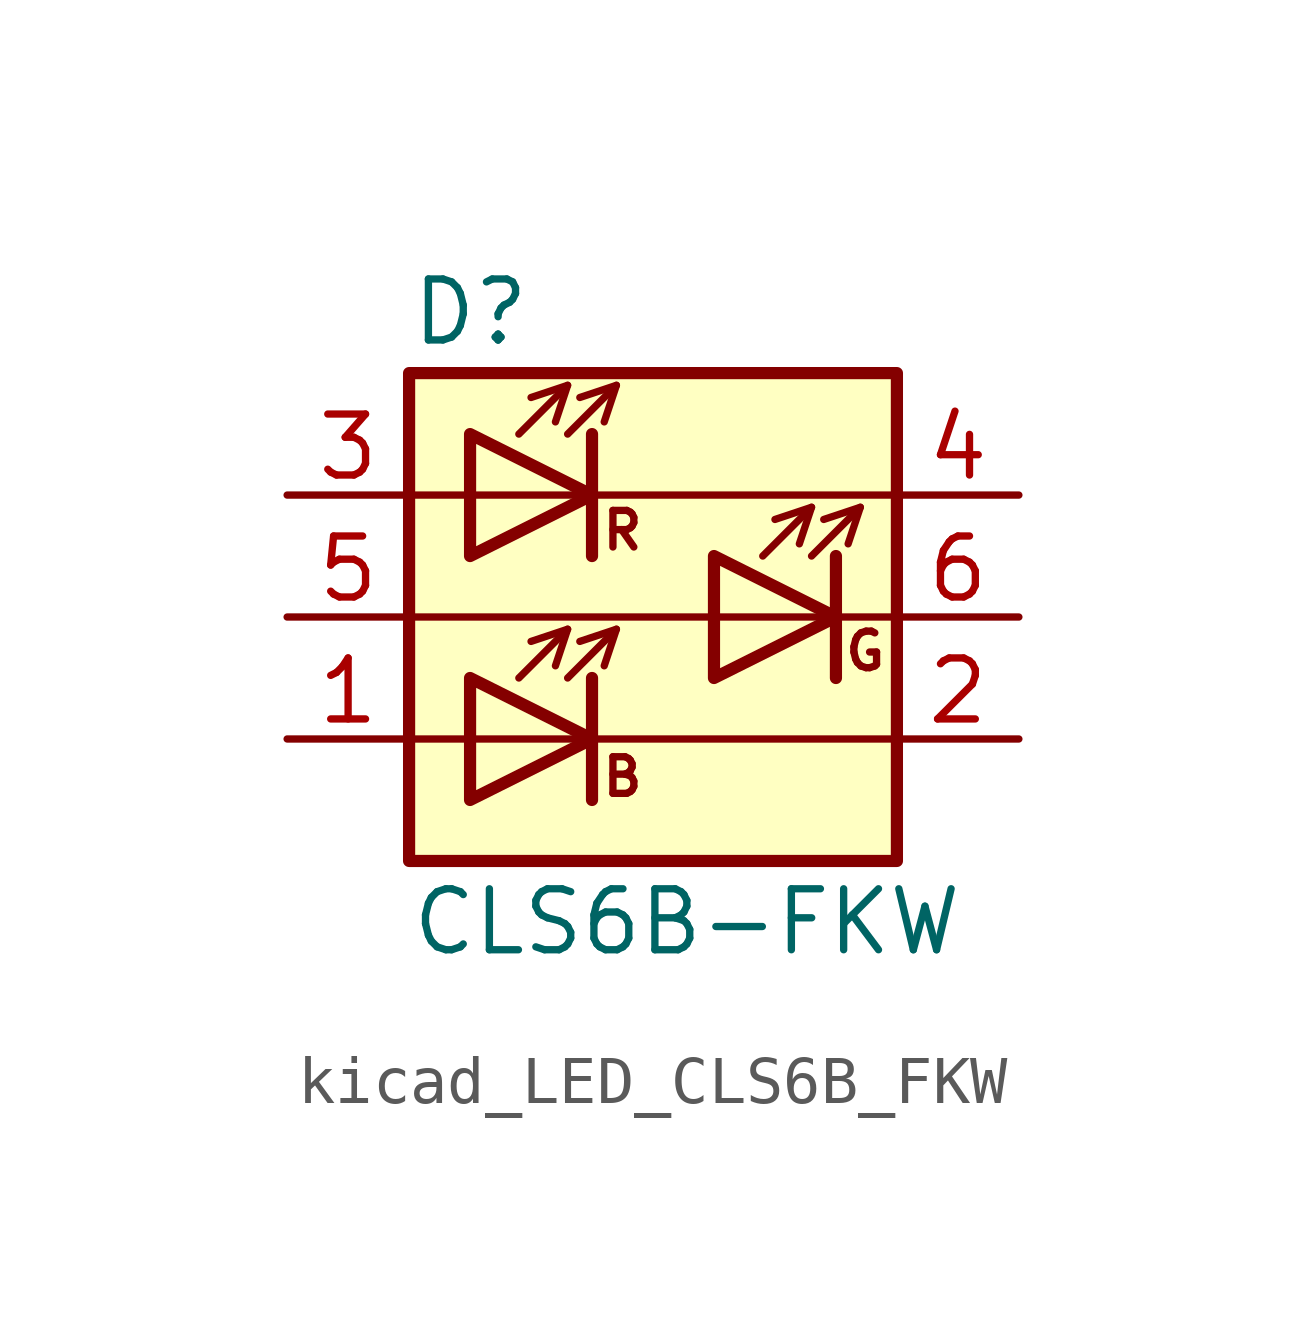
<source format=kicad_sym>
(kicad_symbol_lib
  (version 20220914)
  (generator kicad_symbol_editor)
  (symbol "kicad_LED_CLS6B_FKW"
    (pin_names hide)
    (property "Reference" "D"
      (at -5.08 6.35 0)
      (effects (font (size 1.27 1.27)) (justify left)))
    (property "Value" "CLS6B-FKW"
      (at -5.08 -6.35 0)
      (effects (font (size 1.27 1.27)) (justify left)))
    (symbol "kicad_LED_CLS6B_FKW_0_0"
      (text "B" (at -0.635 -3.327 0) (effects (font (size 0.762 0.762))))
      (text "G" (at 4.42 -0.711 0) (effects (font (size 0.762 0.762))))
      (text "R" (at -0.635 1.803 0) (effects (font (size 0.762 0.762)))))
    (symbol "kicad_LED_CLS6B_FKW_0_1"
      (rectangle (start -5.08 5.08) (end 5.08 -5.08) (stroke (width 0.254) (type default)) (fill (type background)))
      (polyline (pts (xy -5.08 -2.54) (xy 5.08 -2.54)) (stroke (width 0) (type default)) (fill (type none)))
      (polyline (pts (xy -5.08 0) (xy 5.08 0)) (stroke (width 0) (type default)) (fill (type none)))
      (polyline (pts (xy -5.08 2.54) (xy 5.08 2.54)) (stroke (width 0) (type default)) (fill (type none)))
      (polyline (pts (xy -2.794 -1.27) (xy -1.778 -0.254)) (stroke (width 0) (type default)) (fill (type none)))
      (polyline (pts (xy -2.794 3.81) (xy -1.778 4.826)) (stroke (width 0) (type default)) (fill (type none)))
      (polyline (pts (xy -1.778 -1.27) (xy -0.762 -0.254)) (stroke (width 0) (type default)) (fill (type none)))
      (polyline (pts (xy -1.778 3.81) (xy -0.762 4.826)) (stroke (width 0) (type default)) (fill (type none)))
      (polyline (pts (xy -1.27 -1.27) (xy -1.27 -3.81)) (stroke (width 0.254) (type default)) (fill (type none)))
      (polyline (pts (xy -1.27 3.81) (xy -1.27 1.27)) (stroke (width 0.254) (type default)) (fill (type none)))
      (polyline (pts (xy 2.286 1.27) (xy 3.302 2.286)) (stroke (width 0) (type default)) (fill (type none)))
      (polyline (pts (xy 3.302 1.27) (xy 4.318 2.286)) (stroke (width 0) (type default)) (fill (type none)))
      (polyline (pts (xy 3.81 1.27) (xy 3.81 -1.27)) (stroke (width 0.254) (type default)) (fill (type none)))
      (polyline (pts (xy -2.54 4.572) (xy -1.778 4.826) (xy -2.032 4.064)) (stroke (width 0) (type default)) (fill (type none)))
      (polyline (pts (xy -2.032 -1.016) (xy -1.778 -0.254) (xy -2.54 -0.508)) (stroke (width 0) (type default)) (fill (type none)))
      (polyline (pts (xy -1.524 -0.508) (xy -0.762 -0.254) (xy -1.016 -1.016)) (stroke (width 0) (type default)) (fill (type none)))
      (polyline (pts (xy -1.524 4.572) (xy -0.762 4.826) (xy -1.016 4.064)) (stroke (width 0) (type default)) (fill (type none)))
      (polyline (pts (xy 3.048 1.524) (xy 3.302 2.286) (xy 2.54 2.032)) (stroke (width 0) (type default)) (fill (type none)))
      (polyline (pts (xy 3.556 2.032) (xy 4.318 2.286) (xy 4.064 1.524)) (stroke (width 0) (type default)) (fill (type none)))
      (polyline (pts (xy -3.81 -1.27) (xy -3.81 -3.81) (xy -1.27 -2.54) (xy -3.81 -1.27)) (stroke (width 0.254) (type default)) (fill (type none)))
      (polyline (pts (xy -3.81 3.81) (xy -3.81 1.27) (xy -1.27 2.54) (xy -3.81 3.81)) (stroke (width 0.254) (type default)) (fill (type none)))
      (polyline (pts (xy 1.27 1.27) (xy 1.27 -1.27) (xy 3.81 0) (xy 1.27 1.27)) (stroke (width 0.254) (type default)) (fill (type none))))
    (symbol "kicad_LED_CLS6B_FKW_1_1"
      (pin passive line (at -7.62 -2.54 0) (length 2.54) (name "AB" (effects (font (size 1.27 1.27)))) (number "1" (effects (font (size 1.27 1.27)))))
      (pin passive line (at 7.62 -2.54 180) (length 2.54) (name "KB" (effects (font (size 1.27 1.27)))) (number "2" (effects (font (size 1.27 1.27)))))
      (pin passive line (at -7.62 2.54 0) (length 2.54) (name "AR" (effects (font (size 1.27 1.27)))) (number "3" (effects (font (size 1.27 1.27)))))
      (pin passive line (at 7.62 2.54 180) (length 2.54) (name "KR" (effects (font (size 1.27 1.27)))) (number "4" (effects (font (size 1.27 1.27)))))
      (pin passive line (at -7.62 0 0) (length 2.54) (name "AG" (effects (font (size 1.27 1.27)))) (number "5" (effects (font (size 1.27 1.27)))))
      (pin passive line (at 7.62 0 180) (length 2.54) (name "KR" (effects (font (size 1.27 1.27)))) (number "6" (effects (font (size 1.27 1.27))))))))
</source>
